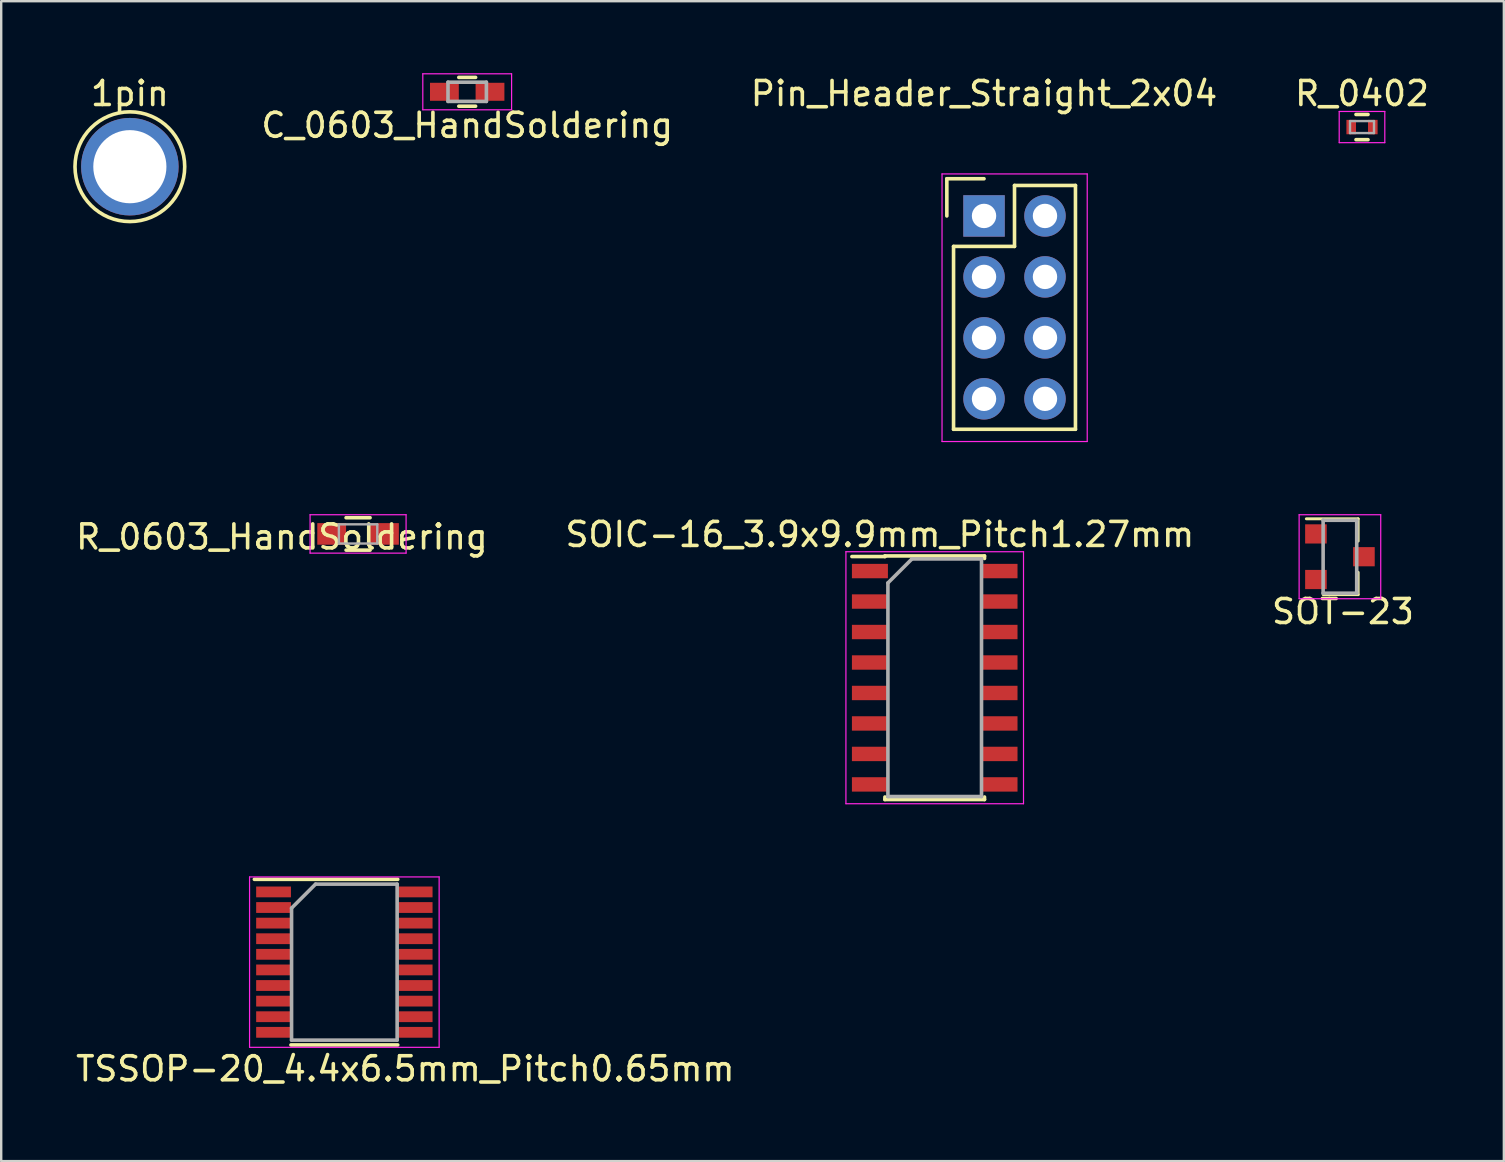
<source format=kicad_pcb>
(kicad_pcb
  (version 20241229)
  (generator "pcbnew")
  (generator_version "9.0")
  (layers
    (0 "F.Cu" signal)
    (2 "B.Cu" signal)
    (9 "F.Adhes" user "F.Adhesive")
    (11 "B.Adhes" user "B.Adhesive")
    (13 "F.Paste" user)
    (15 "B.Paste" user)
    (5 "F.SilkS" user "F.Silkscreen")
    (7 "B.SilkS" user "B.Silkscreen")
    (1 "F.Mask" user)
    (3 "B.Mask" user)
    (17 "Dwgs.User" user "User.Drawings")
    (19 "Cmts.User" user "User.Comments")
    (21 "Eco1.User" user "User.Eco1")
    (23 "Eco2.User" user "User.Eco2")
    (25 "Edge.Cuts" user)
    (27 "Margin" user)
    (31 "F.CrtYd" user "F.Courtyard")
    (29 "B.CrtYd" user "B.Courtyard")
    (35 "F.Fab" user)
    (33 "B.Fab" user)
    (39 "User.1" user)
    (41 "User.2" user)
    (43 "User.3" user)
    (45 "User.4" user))
  (footprint "1pin"
    (layer "F.Cu")
    (at 2.361 3.896)
    (property "Reference" "1pin" (at 0 -3.048 0) (layer "F.SilkS") (effects (font (size 1 1) (thickness 0.15))))
    (attr through_hole)
    (fp_circle (center 0 0) (end 0 -2.286) (stroke (width 0.15) (type solid)) (fill no) (layer "F.SilkS"))
    (pad "1" thru_hole circle (at 0 0) (size 4.064 4.064) (drill 3.048) (layers "*.Cu" "*.Mask")))
  (footprint "R_0603_HandSoldering"
    (layer "F.Cu")
    (at 11.871 19.198)
    (property "Reference" "R_0603_HandSoldering" (at -3.175 0.127 0) (layer "F.SilkS") (effects (font (size 1 1) (thickness 0.15))))
    (attr smd)
    (fp_line (start -0.5 -0.675) (end 0.5 -0.675) (stroke (width 0.15) (type solid)) (layer "F.SilkS"))
    (fp_line (start 0.5 0.675) (end -0.5 0.675) (stroke (width 0.15) (type solid)) (layer "F.SilkS"))
    (fp_line (start -2 -0.8) (end -2 0.8) (stroke (width 0.05) (type solid)) (layer "F.CrtYd"))
    (fp_line (start -2 -0.8) (end 2 -0.8) (stroke (width 0.05) (type solid)) (layer "F.CrtYd"))
    (fp_line (start -2 0.8) (end 2 0.8) (stroke (width 0.05) (type solid)) (layer "F.CrtYd"))
    (fp_line (start 2 -0.8) (end 2 0.8) (stroke (width 0.05) (type solid)) (layer "F.CrtYd"))
    (fp_line (start -0.8 -0.4) (end 0.8 -0.4) (stroke (width 0.1) (type solid)) (layer "F.Fab"))
    (fp_line (start -0.8 0.4) (end -0.8 -0.4) (stroke (width 0.1) (type solid)) (layer "F.Fab"))
    (fp_line (start 0.8 -0.4) (end 0.8 0.4) (stroke (width 0.1) (type solid)) (layer "F.Fab"))
    (fp_line (start 0.8 0.4) (end -0.8 0.4) (stroke (width 0.1) (type solid)) (layer "F.Fab"))
    (pad "1" smd rect (at -1.1 0) (size 1.2 0.9) (layers "F.Cu" "F.Mask" "F.Paste"))
    (pad "2" smd rect (at 1.1 0) (size 1.2 0.9) (layers "F.Cu" "F.Mask" "F.Paste")))
  (footprint "SOIC-16_3.9x9.9mm_Pitch1.27mm"
    (layer "F.Cu")
    (at 35.899 25.191)
    (property "Reference" "SOIC-16_3.9x9.9mm_Pitch1.27mm" (at -2.286 -5.969 0) (layer "F.SilkS") (effects (font (size 1 1) (thickness 0.15))))
    (attr smd)
    (fp_line (start -2.075 -5.075) (end -2.075 -5.05) (stroke (width 0.15) (type solid)) (layer "F.SilkS"))
    (fp_line (start -2.075 -5.075) (end 2.075 -5.075) (stroke (width 0.15) (type solid)) (layer "F.SilkS"))
    (fp_line (start -2.075 -5.05) (end -3.45 -5.05) (stroke (width 0.15) (type solid)) (layer "F.SilkS"))
    (fp_line (start -2.075 5.075) (end -2.075 4.97) (stroke (width 0.15) (type solid)) (layer "F.SilkS"))
    (fp_line (start -2.075 5.075) (end 2.075 5.075) (stroke (width 0.15) (type solid)) (layer "F.SilkS"))
    (fp_line (start 2.075 -5.075) (end 2.075 -4.97) (stroke (width 0.15) (type solid)) (layer "F.SilkS"))
    (fp_line (start 2.075 5.075) (end 2.075 4.97) (stroke (width 0.15) (type solid)) (layer "F.SilkS"))
    (fp_line (start -3.7 -5.25) (end -3.7 5.25) (stroke (width 0.05) (type solid)) (layer "F.CrtYd"))
    (fp_line (start -3.7 -5.25) (end 3.7 -5.25) (stroke (width 0.05) (type solid)) (layer "F.CrtYd"))
    (fp_line (start -3.7 5.25) (end 3.7 5.25) (stroke (width 0.05) (type solid)) (layer "F.CrtYd"))
    (fp_line (start 3.7 -5.25) (end 3.7 5.25) (stroke (width 0.05) (type solid)) (layer "F.CrtYd"))
    (fp_line (start -1.95 -3.95) (end -0.95 -4.95) (stroke (width 0.15) (type solid)) (layer "F.Fab"))
    (fp_line (start -1.95 4.95) (end -1.95 -3.95) (stroke (width 0.15) (type solid)) (layer "F.Fab"))
    (fp_line (start -0.95 -4.95) (end 1.95 -4.95) (stroke (width 0.15) (type solid)) (layer "F.Fab"))
    (fp_line (start 1.95 -4.95) (end 1.95 4.95) (stroke (width 0.15) (type solid)) (layer "F.Fab"))
    (fp_line (start 1.95 4.95) (end -1.95 4.95) (stroke (width 0.15) (type solid)) (layer "F.Fab"))
    (pad "1" smd rect (at -2.7 -4.445) (size 1.5 0.6) (layers "F.Cu" "F.Mask" "F.Paste"))
    (pad "2" smd rect (at -2.7 -3.175) (size 1.5 0.6) (layers "F.Cu" "F.Mask" "F.Paste"))
    (pad "3" smd rect (at -2.7 -1.905) (size 1.5 0.6) (layers "F.Cu" "F.Mask" "F.Paste"))
    (pad "4" smd rect (at -2.7 -0.635) (size 1.5 0.6) (layers "F.Cu" "F.Mask" "F.Paste"))
    (pad "5" smd rect (at -2.7 0.635) (size 1.5 0.6) (layers "F.Cu" "F.Mask" "F.Paste"))
    (pad "6" smd rect (at -2.7 1.905) (size 1.5 0.6) (layers "F.Cu" "F.Mask" "F.Paste"))
    (pad "7" smd rect (at -2.7 3.175) (size 1.5 0.6) (layers "F.Cu" "F.Mask" "F.Paste"))
    (pad "8" smd rect (at -2.7 4.445) (size 1.5 0.6) (layers "F.Cu" "F.Mask" "F.Paste"))
    (pad "9" smd rect (at 2.7 4.445) (size 1.5 0.6) (layers "F.Cu" "F.Mask" "F.Paste"))
    (pad "10" smd rect (at 2.7 3.175) (size 1.5 0.6) (layers "F.Cu" "F.Mask" "F.Paste"))
    (pad "11" smd rect (at 2.7 1.905) (size 1.5 0.6) (layers "F.Cu" "F.Mask" "F.Paste"))
    (pad "12" smd rect (at 2.7 0.635) (size 1.5 0.6) (layers "F.Cu" "F.Mask" "F.Paste"))
    (pad "13" smd rect (at 2.7 -0.635) (size 1.5 0.6) (layers "F.Cu" "F.Mask" "F.Paste"))
    (pad "14" smd rect (at 2.7 -1.905) (size 1.5 0.6) (layers "F.Cu" "F.Mask" "F.Paste"))
    (pad "15" smd rect (at 2.7 -3.175) (size 1.5 0.6) (layers "F.Cu" "F.Mask" "F.Paste"))
    (pad "16" smd rect (at 2.7 -4.445) (size 1.5 0.6) (layers "F.Cu" "F.Mask" "F.Paste")))
  (footprint "TSSOP-20_4.4x6.5mm_Pitch0.65mm"
    (layer "F.Cu")
    (at 11.299 37.041)
    (property "Reference" "TSSOP-20_4.4x6.5mm_Pitch0.65mm" (at 2.54 4.445 0) (layer "F.SilkS") (effects (font (size 1 1) (thickness 0.15))))
    (attr smd)
    (fp_line (start -3.75 -3.45) (end 2.225 -3.45) (stroke (width 0.15) (type solid)) (layer "F.SilkS"))
    (fp_line (start -2.225 3.45) (end 2.225 3.45) (stroke (width 0.15) (type solid)) (layer "F.SilkS"))
    (fp_line (start -3.95 -3.55) (end -3.95 3.55) (stroke (width 0.05) (type solid)) (layer "F.CrtYd"))
    (fp_line (start -3.95 -3.55) (end 3.95 -3.55) (stroke (width 0.05) (type solid)) (layer "F.CrtYd"))
    (fp_line (start -3.95 3.55) (end 3.95 3.55) (stroke (width 0.05) (type solid)) (layer "F.CrtYd"))
    (fp_line (start 3.95 -3.55) (end 3.95 3.55) (stroke (width 0.05) (type solid)) (layer "F.CrtYd"))
    (fp_line (start -2.2 -2.25) (end -1.2 -3.25) (stroke (width 0.15) (type solid)) (layer "F.Fab"))
    (fp_line (start -2.2 3.25) (end -2.2 -2.25) (stroke (width 0.15) (type solid)) (layer "F.Fab"))
    (fp_line (start -1.2 -3.25) (end 2.2 -3.25) (stroke (width 0.15) (type solid)) (layer "F.Fab"))
    (fp_line (start 2.2 -3.25) (end 2.2 3.25) (stroke (width 0.15) (type solid)) (layer "F.Fab"))
    (fp_line (start 2.2 3.25) (end -2.2 3.25) (stroke (width 0.15) (type solid)) (layer "F.Fab"))
    (pad "1" smd rect (at -2.95 -2.925) (size 1.45 0.45) (layers "F.Cu" "F.Mask" "F.Paste"))
    (pad "2" smd rect (at -2.95 -2.275) (size 1.45 0.45) (layers "F.Cu" "F.Mask" "F.Paste"))
    (pad "3" smd rect (at -2.95 -1.625) (size 1.45 0.45) (layers "F.Cu" "F.Mask" "F.Paste"))
    (pad "4" smd rect (at -2.95 -0.975) (size 1.45 0.45) (layers "F.Cu" "F.Mask" "F.Paste"))
    (pad "5" smd rect (at -2.95 -0.325) (size 1.45 0.45) (layers "F.Cu" "F.Mask" "F.Paste"))
    (pad "6" smd rect (at -2.95 0.325) (size 1.45 0.45) (layers "F.Cu" "F.Mask" "F.Paste"))
    (pad "7" smd rect (at -2.95 0.975) (size 1.45 0.45) (layers "F.Cu" "F.Mask" "F.Paste"))
    (pad "8" smd rect (at -2.95 1.625) (size 1.45 0.45) (layers "F.Cu" "F.Mask" "F.Paste"))
    (pad "9" smd rect (at -2.95 2.275) (size 1.45 0.45) (layers "F.Cu" "F.Mask" "F.Paste"))
    (pad "10" smd rect (at -2.95 2.925) (size 1.45 0.45) (layers "F.Cu" "F.Mask" "F.Paste"))
    (pad "11" smd rect (at 2.95 2.925) (size 1.45 0.45) (layers "F.Cu" "F.Mask" "F.Paste"))
    (pad "12" smd rect (at 2.95 2.275) (size 1.45 0.45) (layers "F.Cu" "F.Mask" "F.Paste"))
    (pad "13" smd rect (at 2.95 1.625) (size 1.45 0.45) (layers "F.Cu" "F.Mask" "F.Paste"))
    (pad "14" smd rect (at 2.95 0.975) (size 1.45 0.45) (layers "F.Cu" "F.Mask" "F.Paste"))
    (pad "15" smd rect (at 2.95 0.325) (size 1.45 0.45) (layers "F.Cu" "F.Mask" "F.Paste"))
    (pad "16" smd rect (at 2.95 -0.325) (size 1.45 0.45) (layers "F.Cu" "F.Mask" "F.Paste"))
    (pad "17" smd rect (at 2.95 -0.975) (size 1.45 0.45) (layers "F.Cu" "F.Mask" "F.Paste"))
    (pad "18" smd rect (at 2.95 -1.625) (size 1.45 0.45) (layers "F.Cu" "F.Mask" "F.Paste"))
    (pad "19" smd rect (at 2.95 -2.275) (size 1.45 0.45) (layers "F.Cu" "F.Mask" "F.Paste"))
    (pad "20" smd rect (at 2.95 -2.925) (size 1.45 0.45) (layers "F.Cu" "F.Mask" "F.Paste")))
  (footprint "SOT-23"
    (layer "F.Cu")
    (at 52.784 20.148)
    (property "Reference" "SOT-23" (at 0.127 2.286 0) (layer "F.SilkS") (effects (font (size 1 1) (thickness 0.15))))
    (attr smd)
    (fp_line (start 0.76 -1.58) (end -1.4 -1.58) (stroke (width 0.12) (type solid)) (layer "F.SilkS"))
    (fp_line (start 0.76 -1.58) (end 0.76 -0.65) (stroke (width 0.12) (type solid)) (layer "F.SilkS"))
    (fp_line (start 0.76 1.58) (end -0.7 1.58) (stroke (width 0.12) (type solid)) (layer "F.SilkS"))
    (fp_line (start 0.76 1.58) (end 0.76 0.65) (stroke (width 0.12) (type solid)) (layer "F.SilkS"))
    (fp_line (start -1.7 -1.75) (end 1.7 -1.75) (stroke (width 0.05) (type solid)) (layer "F.CrtYd"))
    (fp_line (start -1.7 1.75) (end -1.7 -1.75) (stroke (width 0.05) (type solid)) (layer "F.CrtYd"))
    (fp_line (start 1.7 -1.75) (end 1.7 1.75) (stroke (width 0.05) (type solid)) (layer "F.CrtYd"))
    (fp_line (start 1.7 1.75) (end -1.7 1.75) (stroke (width 0.05) (type solid)) (layer "F.CrtYd"))
    (fp_line (start -0.7 -1.52) (end -0.7 1.52) (stroke (width 0.15) (type solid)) (layer "F.Fab"))
    (fp_line (start -0.7 -1.52) (end 0.7 -1.52) (stroke (width 0.15) (type solid)) (layer "F.Fab"))
    (fp_line (start -0.7 1.52) (end 0.7 1.52) (stroke (width 0.15) (type solid)) (layer "F.Fab"))
    (fp_line (start 0.7 -1.52) (end 0.7 1.52) (stroke (width 0.15) (type solid)) (layer "F.Fab"))
    (pad "1" smd rect (at -1 -0.95) (size 0.9 0.8) (layers "F.Cu" "F.Mask" "F.Paste"))
    (pad "2" smd rect (at -1 0.95) (size 0.9 0.8) (layers "F.Cu" "F.Mask" "F.Paste"))
    (pad "3" smd rect (at 1 0) (size 0.9 0.8) (layers "F.Cu" "F.Mask" "F.Paste")))
  (footprint "C_0603_HandSoldering"
    (layer "F.Cu")
    (at 16.418 0.775)
    (property "Reference" "C_0603_HandSoldering" (at 0 1.397 0) (layer "F.SilkS") (effects (font (size 1 1) (thickness 0.15))))
    (attr smd)
    (fp_line (start -0.35 -0.6) (end 0.35 -0.6) (stroke (width 0.15) (type solid)) (layer "F.SilkS"))
    (fp_line (start 0.35 0.6) (end -0.35 0.6) (stroke (width 0.15) (type solid)) (layer "F.SilkS"))
    (fp_line (start -1.85 -0.75) (end -1.85 0.75) (stroke (width 0.05) (type solid)) (layer "F.CrtYd"))
    (fp_line (start -1.85 -0.75) (end 1.85 -0.75) (stroke (width 0.05) (type solid)) (layer "F.CrtYd"))
    (fp_line (start -1.85 0.75) (end 1.85 0.75) (stroke (width 0.05) (type solid)) (layer "F.CrtYd"))
    (fp_line (start 1.85 -0.75) (end 1.85 0.75) (stroke (width 0.05) (type solid)) (layer "F.CrtYd"))
    (fp_line (start -0.8 -0.4) (end 0.8 -0.4) (stroke (width 0.15) (type solid)) (layer "F.Fab"))
    (fp_line (start -0.8 0.4) (end -0.8 -0.4) (stroke (width 0.15) (type solid)) (layer "F.Fab"))
    (fp_line (start 0.8 -0.4) (end 0.8 0.4) (stroke (width 0.15) (type solid)) (layer "F.Fab"))
    (fp_line (start 0.8 0.4) (end -0.8 0.4) (stroke (width 0.15) (type solid)) (layer "F.Fab"))
    (pad "1" smd rect (at -0.95 0) (size 1.2 0.75) (layers "F.Cu" "F.Mask" "F.Paste"))
    (pad "2" smd rect (at 0.95 0) (size 1.2 0.75) (layers "F.Cu" "F.Mask" "F.Paste")))
  (footprint "Pin_Header_Straight_2x04"
    (layer "F.Cu")
    (at 37.954 5.948)
    (property "Reference" "Pin_Header_Straight_2x04" (at 0 -5.1 0) (layer "F.SilkS") (effects (font (size 1 1) (thickness 0.15))))
    (attr through_hole)
    (fp_line (start -1.55 -1.55) (end -1.55 0) (stroke (width 0.15) (type solid)) (layer "F.SilkS"))
    (fp_line (start -1.27 1.27) (end -1.27 8.89) (stroke (width 0.15) (type solid)) (layer "F.SilkS"))
    (fp_line (start -1.27 8.89) (end 3.81 8.89) (stroke (width 0.15) (type solid)) (layer "F.SilkS"))
    (fp_line (start 0 -1.55) (end -1.55 -1.55) (stroke (width 0.15) (type solid)) (layer "F.SilkS"))
    (fp_line (start 1.27 -1.27) (end 1.27 1.27) (stroke (width 0.15) (type solid)) (layer "F.SilkS"))
    (fp_line (start 1.27 1.27) (end -1.27 1.27) (stroke (width 0.15) (type solid)) (layer "F.SilkS"))
    (fp_line (start 3.81 -1.27) (end 1.27 -1.27) (stroke (width 0.15) (type solid)) (layer "F.SilkS"))
    (fp_line (start 3.81 8.89) (end 3.81 -1.27) (stroke (width 0.15) (type solid)) (layer "F.SilkS"))
    (fp_line (start -1.75 -1.75) (end -1.75 9.4) (stroke (width 0.05) (type solid)) (layer "F.CrtYd"))
    (fp_line (start -1.75 -1.75) (end 4.3 -1.75) (stroke (width 0.05) (type solid)) (layer "F.CrtYd"))
    (fp_line (start -1.75 9.4) (end 4.3 9.4) (stroke (width 0.05) (type solid)) (layer "F.CrtYd"))
    (fp_line (start 4.3 -1.75) (end 4.3 9.4) (stroke (width 0.05) (type solid)) (layer "F.CrtYd"))
    (pad "1" thru_hole rect (at 0 0) (size 1.727 1.727) (drill 1.016) (layers "*.Cu" "*.Mask"))
    (pad "2" thru_hole oval (at 2.54 0) (size 1.727 1.727) (drill 1.016) (layers "*.Cu" "*.Mask"))
    (pad "3" thru_hole oval (at 0 2.54) (size 1.727 1.727) (drill 1.016) (layers "*.Cu" "*.Mask"))
    (pad "4" thru_hole oval (at 2.54 2.54) (size 1.727 1.727) (drill 1.016) (layers "*.Cu" "*.Mask"))
    (pad "5" thru_hole oval (at 0 5.08) (size 1.727 1.727) (drill 1.016) (layers "*.Cu" "*.Mask"))
    (pad "6" thru_hole oval (at 2.54 5.08) (size 1.727 1.727) (drill 1.016) (layers "*.Cu" "*.Mask"))
    (pad "7" thru_hole oval (at 0 7.62) (size 1.727 1.727) (drill 1.016) (layers "*.Cu" "*.Mask"))
    (pad "8" thru_hole oval (at 2.54 7.62) (size 1.727 1.727) (drill 1.016) (layers "*.Cu" "*.Mask")))
  (footprint "R_0402"
    (layer "F.Cu")
    (at 53.704 2.245)
    (property "Reference" "R_0402" (at 0 -1.397 0) (layer "F.SilkS") (effects (font (size 1 1) (thickness 0.15))))
    (attr smd)
    (fp_line (start -0.25 0.525) (end 0.25 0.525) (stroke (width 0.15) (type solid)) (layer "F.SilkS"))
    (fp_line (start 0.25 -0.525) (end -0.25 -0.525) (stroke (width 0.15) (type solid)) (layer "F.SilkS"))
    (fp_line (start -0.95 -0.65) (end -0.95 0.65) (stroke (width 0.05) (type solid)) (layer "F.CrtYd"))
    (fp_line (start -0.95 -0.65) (end 0.95 -0.65) (stroke (width 0.05) (type solid)) (layer "F.CrtYd"))
    (fp_line (start -0.95 0.65) (end 0.95 0.65) (stroke (width 0.05) (type solid)) (layer "F.CrtYd"))
    (fp_line (start 0.95 -0.65) (end 0.95 0.65) (stroke (width 0.05) (type solid)) (layer "F.CrtYd"))
    (fp_line (start -0.5 -0.25) (end 0.5 -0.25) (stroke (width 0.1) (type solid)) (layer "F.Fab"))
    (fp_line (start -0.5 0.25) (end -0.5 -0.25) (stroke (width 0.1) (type solid)) (layer "F.Fab"))
    (fp_line (start 0.5 -0.25) (end 0.5 0.25) (stroke (width 0.1) (type solid)) (layer "F.Fab"))
    (fp_line (start 0.5 0.25) (end -0.5 0.25) (stroke (width 0.1) (type solid)) (layer "F.Fab"))
    (pad "1" smd rect (at -0.45 0) (size 0.4 0.6) (layers "F.Cu" "F.Mask" "F.Paste"))
    (pad "2" smd rect (at 0.45 0) (size 0.4 0.6) (layers "F.Cu" "F.Mask" "F.Paste")))
  (gr_rect
    (start -3 -3)
    (end 59.615 45.334)
    (stroke (width 0.1) (type default))
    (fill no)
    (layer "Edge.Cuts")))
</source>
